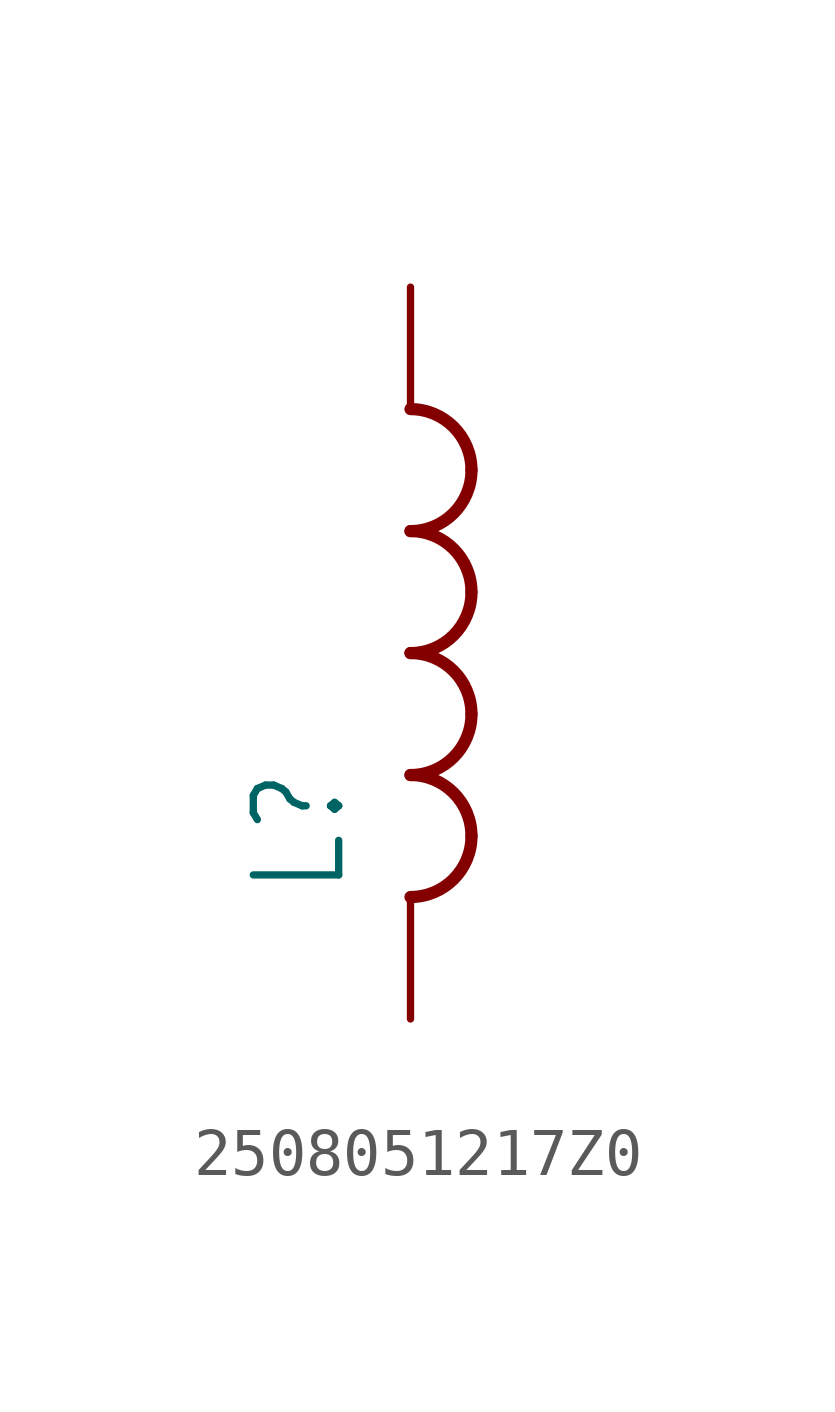
<source format=kicad_sym>
(kicad_symbol_lib
  (version 20241209)
  (generator "kicad_symbol_editor")
  (generator_version "9.0")
  (symbol "2508051217Z0"
    (property "Reference" "L"
      (at -1.27 -5.08 90)
      (effects (font (size 1.778 1.511)) (justify left bottom)))
    (property "Value" ""
      (at 3.81 -5.08 90)
      (effects (font (size 1.778 1.511)) (justify left bottom)))
    (property "ki_locked" ""
      (at 0 0 0)
      (effects (font (size 1.27 1.27))))
    (symbol "2508051217Z0_1_0"
      (arc (start 0 5.08) (mid 0.898 4.708) (end 1.27 3.81) (stroke (width 0.254) (type solid)) (fill (type none)))
      (arc (start 1.27 3.81) (mid 0.898 2.912) (end 0 2.54) (stroke (width 0.254) (type solid)) (fill (type none)))
      (arc (start 0 2.54) (mid 0.898 2.168) (end 1.27 1.27) (stroke (width 0.254) (type solid)) (fill (type none)))
      (arc (start 1.27 1.27) (mid 0.898 0.372) (end 0 0) (stroke (width 0.254) (type solid)) (fill (type none)))
      (arc (start 0 0) (mid 0.898 -0.372) (end 1.27 -1.27) (stroke (width 0.254) (type solid)) (fill (type none)))
      (arc (start 1.27 -1.27) (mid 0.898 -2.168) (end 0 -2.54) (stroke (width 0.254) (type solid)) (fill (type none)))
      (arc (start 0 -2.54) (mid 0.898 -2.912) (end 1.27 -3.81) (stroke (width 0.254) (type solid)) (fill (type none)))
      (arc (start 1.27 -3.81) (mid 0.898 -4.708) (end 0 -5.08) (stroke (width 0.254) (type solid)) (fill (type none)))
      (pin passive line (at 0 7.62 270) (length 2.54) (name "1" (effects (font (size 0 0)))) (number "1" (effects (font (size 0 0)))))
      (pin passive line (at 0 -7.62 90) (length 2.54) (name "2" (effects (font (size 0 0)))) (number "2" (effects (font (size 0 0))))))))
</source>
